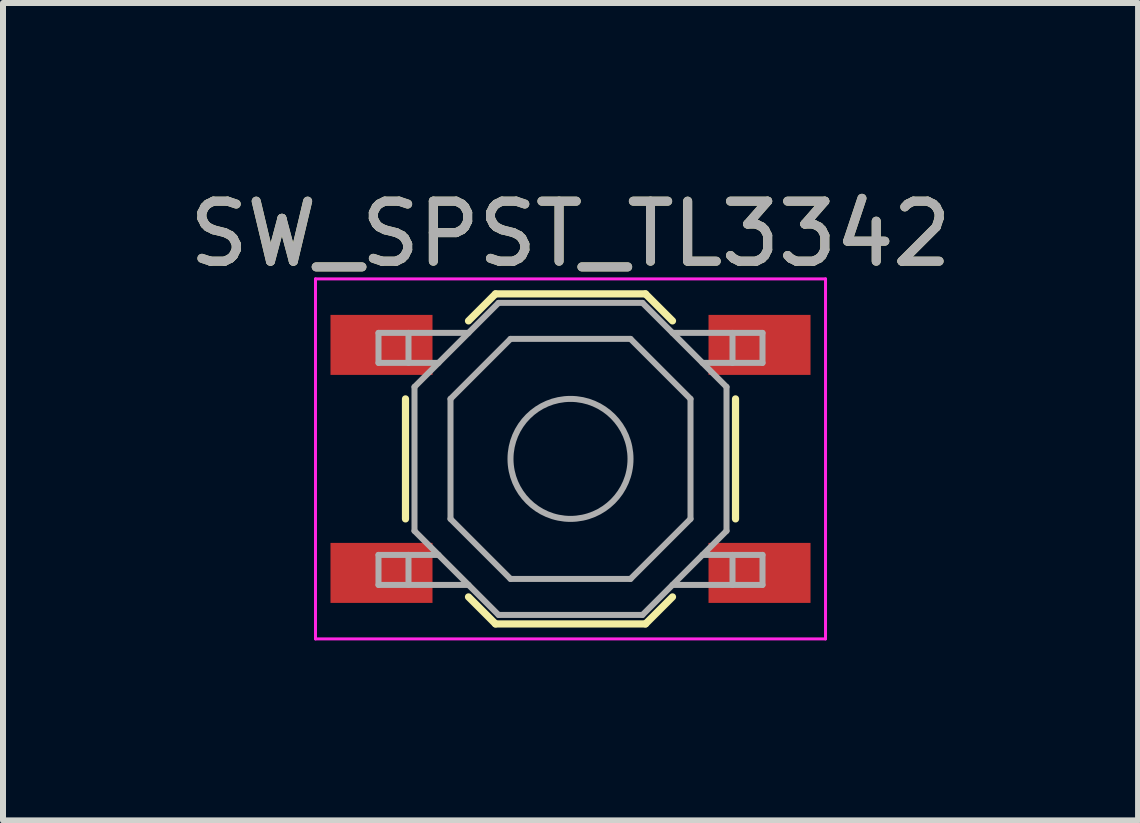
<source format=kicad_pcb>
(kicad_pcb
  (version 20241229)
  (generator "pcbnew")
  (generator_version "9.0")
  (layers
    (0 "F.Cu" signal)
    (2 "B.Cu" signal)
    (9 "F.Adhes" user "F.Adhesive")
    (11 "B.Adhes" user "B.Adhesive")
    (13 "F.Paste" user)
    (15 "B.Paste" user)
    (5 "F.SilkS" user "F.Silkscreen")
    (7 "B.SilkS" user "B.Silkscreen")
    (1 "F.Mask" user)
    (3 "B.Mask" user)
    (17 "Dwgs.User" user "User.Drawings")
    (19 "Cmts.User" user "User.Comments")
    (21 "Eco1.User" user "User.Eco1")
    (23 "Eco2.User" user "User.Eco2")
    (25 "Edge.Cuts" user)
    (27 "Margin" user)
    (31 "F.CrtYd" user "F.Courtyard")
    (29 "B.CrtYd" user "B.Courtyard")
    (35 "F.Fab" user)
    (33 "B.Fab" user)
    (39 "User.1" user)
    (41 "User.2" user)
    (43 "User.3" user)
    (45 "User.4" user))
  (footprint "SW_SPST_TL3342"
    (layer "F.Cu")
    (at 6.458 4.598)
    (property "Reference" "SW_SPST_TL3342" (at 0 -3.75 0) (layer "F.SilkS") (effects (font (size 1 1) (thickness 0.15))))
    (attr smd)
    (fp_line (start -2.75 -1) (end -2.75 1) (stroke (width 0.12) (type solid)) (layer "F.SilkS"))
    (fp_line (start -1.7 -2.3) (end -1.25 -2.75) (stroke (width 0.12) (type solid)) (layer "F.SilkS"))
    (fp_line (start -1.7 2.3) (end -1.25 2.75) (stroke (width 0.12) (type solid)) (layer "F.SilkS"))
    (fp_line (start -1.25 -2.75) (end 1.25 -2.75) (stroke (width 0.12) (type solid)) (layer "F.SilkS"))
    (fp_line (start -1.25 2.75) (end 1.25 2.75) (stroke (width 0.12) (type solid)) (layer "F.SilkS"))
    (fp_line (start 1.7 -2.3) (end 1.25 -2.75) (stroke (width 0.12) (type solid)) (layer "F.SilkS"))
    (fp_line (start 1.7 2.3) (end 1.25 2.75) (stroke (width 0.12) (type solid)) (layer "F.SilkS"))
    (fp_line (start 2.75 -1) (end 2.75 1) (stroke (width 0.12) (type solid)) (layer "F.SilkS"))
    (fp_line (start -4.25 -3) (end 4.25 -3) (stroke (width 0.05) (type solid)) (layer "F.CrtYd"))
    (fp_line (start -4.25 3) (end -4.25 -3) (stroke (width 0.05) (type solid)) (layer "F.CrtYd"))
    (fp_line (start 4.25 -3) (end 4.25 3) (stroke (width 0.05) (type solid)) (layer "F.CrtYd"))
    (fp_line (start 4.25 3) (end -4.25 3) (stroke (width 0.05) (type solid)) (layer "F.CrtYd"))
    (fp_line (start -3.2 -2.1) (end -3.2 -1.6) (stroke (width 0.1) (type solid)) (layer "F.Fab"))
    (fp_line (start -3.2 -1.6) (end -2.2 -1.6) (stroke (width 0.1) (type solid)) (layer "F.Fab"))
    (fp_line (start -3.2 1.6) (end -2.2 1.6) (stroke (width 0.1) (type solid)) (layer "F.Fab"))
    (fp_line (start -3.2 2.1) (end -3.2 1.6) (stroke (width 0.1) (type solid)) (layer "F.Fab"))
    (fp_line (start -2.7 -2.1) (end -2.7 -1.6) (stroke (width 0.1) (type solid)) (layer "F.Fab"))
    (fp_line (start -2.7 2.1) (end -2.7 1.6) (stroke (width 0.1) (type solid)) (layer "F.Fab"))
    (fp_line (start -2.6 -1.2) (end -2.6 1.2) (stroke (width 0.1) (type solid)) (layer "F.Fab"))
    (fp_line (start -2.6 1.2) (end -1.2 2.6) (stroke (width 0.1) (type solid)) (layer "F.Fab"))
    (fp_line (start -2 -1) (end -1 -2) (stroke (width 0.1) (type solid)) (layer "F.Fab"))
    (fp_line (start -2 1) (end -2 -1) (stroke (width 0.1) (type solid)) (layer "F.Fab"))
    (fp_line (start -1.7 -2.1) (end -3.2 -2.1) (stroke (width 0.1) (type solid)) (layer "F.Fab"))
    (fp_line (start -1.7 2.1) (end -3.2 2.1) (stroke (width 0.1) (type solid)) (layer "F.Fab"))
    (fp_line (start -1.2 -2.6) (end -2.6 -1.2) (stroke (width 0.1) (type solid)) (layer "F.Fab"))
    (fp_line (start -1.2 2.6) (end 1.2 2.6) (stroke (width 0.1) (type solid)) (layer "F.Fab"))
    (fp_line (start -1 -2) (end 1 -2) (stroke (width 0.1) (type solid)) (layer "F.Fab"))
    (fp_line (start -1 2) (end -2 1) (stroke (width 0.1) (type solid)) (layer "F.Fab"))
    (fp_line (start 1 -2) (end 2 -1) (stroke (width 0.1) (type solid)) (layer "F.Fab"))
    (fp_line (start 1 2) (end -1 2) (stroke (width 0.1) (type solid)) (layer "F.Fab"))
    (fp_line (start 1.2 -2.6) (end -1.2 -2.6) (stroke (width 0.1) (type solid)) (layer "F.Fab"))
    (fp_line (start 1.2 2.6) (end 2.6 1.2) (stroke (width 0.1) (type solid)) (layer "F.Fab"))
    (fp_line (start 1.7 -2.1) (end 3.2 -2.1) (stroke (width 0.1) (type solid)) (layer "F.Fab"))
    (fp_line (start 1.7 2.1) (end 3.2 2.1) (stroke (width 0.1) (type solid)) (layer "F.Fab"))
    (fp_line (start 2 -1) (end 2 1) (stroke (width 0.1) (type solid)) (layer "F.Fab"))
    (fp_line (start 2 1) (end 1 2) (stroke (width 0.1) (type solid)) (layer "F.Fab"))
    (fp_line (start 2.6 -1.2) (end 1.2 -2.6) (stroke (width 0.1) (type solid)) (layer "F.Fab"))
    (fp_line (start 2.6 1.2) (end 2.6 -1.2) (stroke (width 0.1) (type solid)) (layer "F.Fab"))
    (fp_line (start 2.7 -2.1) (end 2.7 -1.6) (stroke (width 0.1) (type solid)) (layer "F.Fab"))
    (fp_line (start 2.7 2.1) (end 2.7 1.6) (stroke (width 0.1) (type solid)) (layer "F.Fab"))
    (fp_line (start 3.2 -2.1) (end 3.2 -1.6) (stroke (width 0.1) (type solid)) (layer "F.Fab"))
    (fp_line (start 3.2 -1.6) (end 2.2 -1.6) (stroke (width 0.1) (type solid)) (layer "F.Fab"))
    (fp_line (start 3.2 1.6) (end 2.2 1.6) (stroke (width 0.1) (type solid)) (layer "F.Fab"))
    (fp_line (start 3.2 2.1) (end 3.2 1.6) (stroke (width 0.1) (type solid)) (layer "F.Fab"))
    (fp_circle (center 0 0) (end 1 0) (stroke (width 0.1) (type solid)) (fill no) (layer "F.Fab"))
    (fp_text user "${REFERENCE}" (at 0 -3.75 0) (layer "F.Fab") (effects (font (size 1 1) (thickness 0.15))))
    (pad "1" smd rect (at -3.15 -1.9) (size 1.7 1) (layers "F.Cu" "F.Mask" "F.Paste"))
    (pad "1" smd rect (at 3.15 -1.9) (size 1.7 1) (layers "F.Cu" "F.Mask" "F.Paste"))
    (pad "2" smd rect (at -3.15 1.9) (size 1.7 1) (layers "F.Cu" "F.Mask" "F.Paste"))
    (pad "2" smd rect (at 3.15 1.9) (size 1.7 1) (layers "F.Cu" "F.Mask" "F.Paste")))
  (gr_rect
    (start -3 -3)
    (end 15.917 10.623)
    (stroke (width 0.1) (type default))
    (fill no)
    (layer "Edge.Cuts")))
</source>
